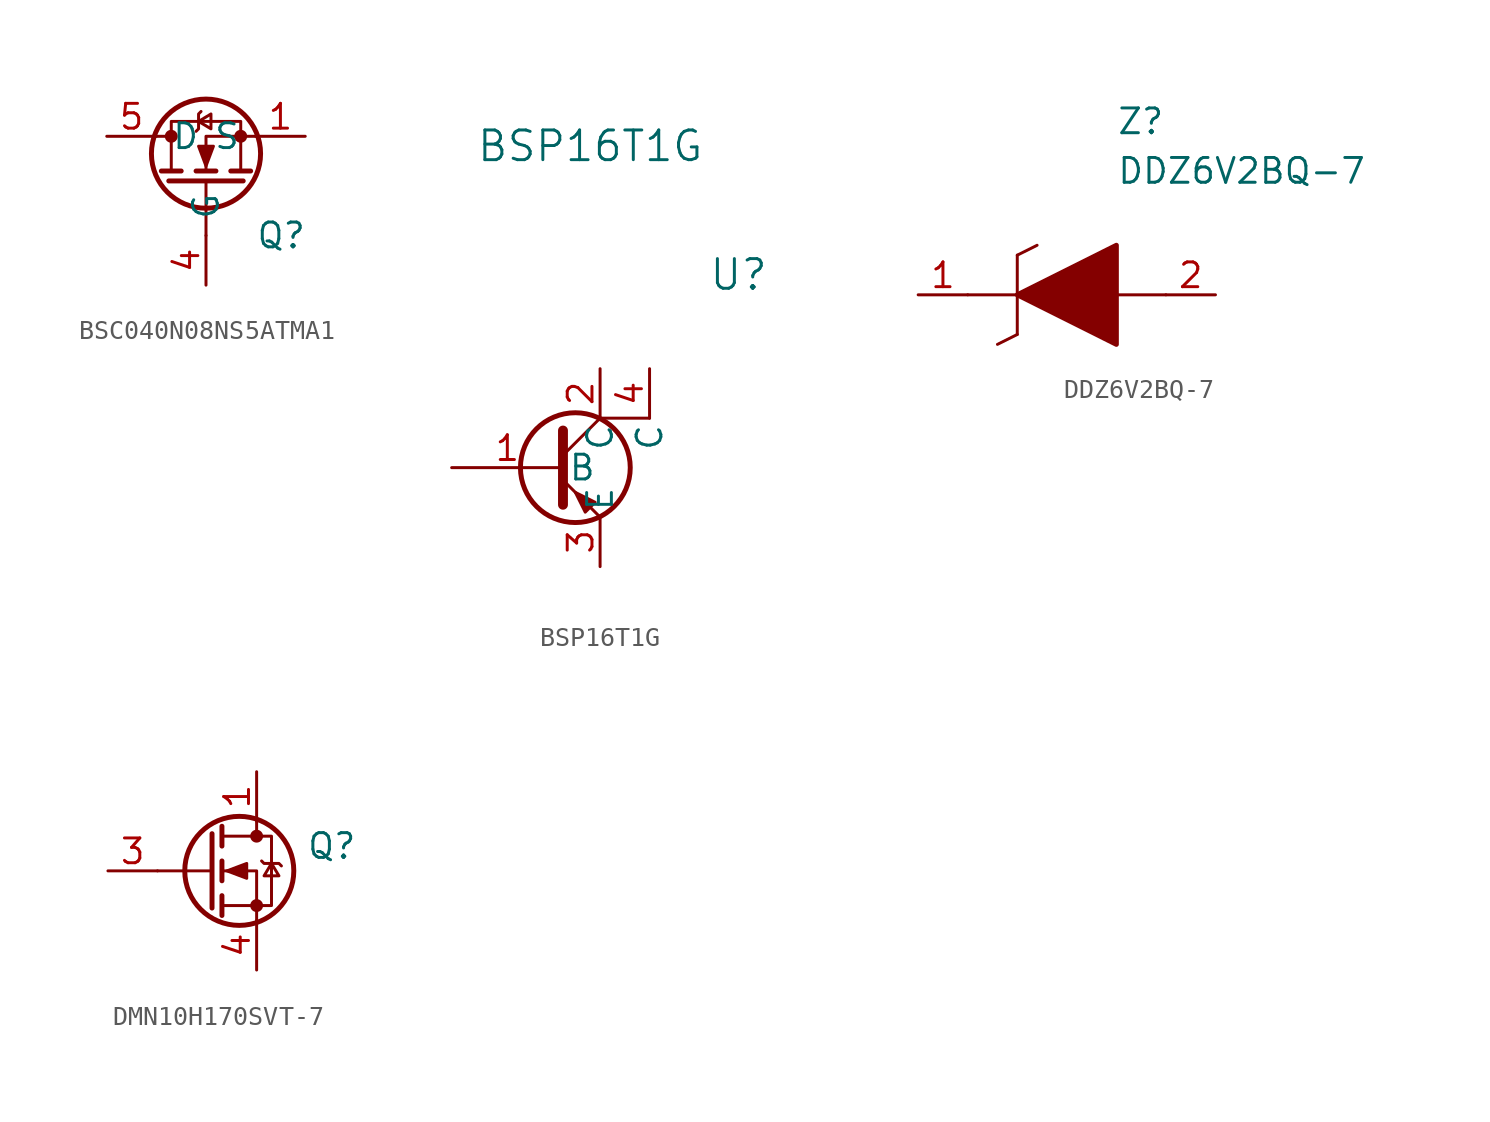
<source format=kicad_sym>
(kicad_symbol_lib
  (version 20220914)
  (generator kicad_symbol_editor)
  (symbol "BSC040N08NS5ATMA1"
    (pin_names
      (offset 0.762))
    (property "Reference" "Q"
      (at 2.54 -5.08 0)
      (effects (font (size 1.27 1.27)) (justify left)))
    (symbol "BSC040N08NS5ATMA1_0_1"
      (circle (center -1.778 0) (radius 0.254) (stroke (width 0) (type default)) (fill (type outline)))
      (circle (center 0 -0.889) (radius 2.794) (stroke (width 0.254) (type default)) (fill (type none)))
      (polyline (pts (xy -2.54 0) (xy -1.778 0)) (stroke (width 0) (type default)) (fill (type none)))
      (polyline (pts (xy -2.286 -1.778) (xy -1.27 -1.778)) (stroke (width 0.254) (type default)) (fill (type none)))
      (polyline (pts (xy -1.905 -2.286) (xy 1.905 -2.286)) (stroke (width 0.254) (type default)) (fill (type none)))
      (polyline (pts (xy -0.508 -1.778) (xy 0.508 -1.778)) (stroke (width 0.254) (type default)) (fill (type none)))
      (polyline (pts (xy 0 -2.286) (xy 0 -5.08)) (stroke (width 0) (type default)) (fill (type none)))
      (polyline (pts (xy 1.27 -1.778) (xy 2.286 -1.778)) (stroke (width 0.254) (type default)) (fill (type none)))
      (polyline (pts (xy 2.54 0) (xy 0 0) (xy 0 -1.778)) (stroke (width 0) (type default)) (fill (type none)))
      (polyline (pts (xy -0.508 0.254) (xy -0.381 0.381) (xy -0.381 1.143) (xy -0.254 1.27)) (stroke (width 0) (type default)) (fill (type none)))
      (polyline (pts (xy -0.381 0.762) (xy 0.254 0.381) (xy 0.254 1.143) (xy -0.381 0.762)) (stroke (width 0) (type default)) (fill (type none)))
      (polyline (pts (xy 0 -1.524) (xy -0.381 -0.508) (xy 0.381 -0.508) (xy 0 -1.524)) (stroke (width 0) (type default)) (fill (type outline)))
      (polyline (pts (xy 1.778 -1.778) (xy 1.778 0.762) (xy -1.778 0.762) (xy -1.778 -1.778)) (stroke (width 0) (type default)) (fill (type none)))
      (circle (center 1.778 0) (radius 0.254) (stroke (width 0) (type default)) (fill (type outline))))
    (symbol "BSC040N08NS5ATMA1_1_1"
      (pin passive line (at 5.08 0 180) (length 2.54) (name "S" (effects (font (size 1.27 1.27)))) (number "1" (effects (font (size 1.27 1.27)))))
      (pin passive line (at 5.08 0 180) (length 2.54) hide (name "S" (effects (font (size 1.27 1.27)))) (number "2" (effects (font (size 1.27 1.27)))))
      (pin passive line (at 5.08 0 180) (length 2.54) hide (name "S" (effects (font (size 1.27 1.27)))) (number "3" (effects (font (size 1.27 1.27)))))
      (pin input line (at 0 -7.62 90) (length 2.54) (name "G" (effects (font (size 1.27 1.27)))) (number "4" (effects (font (size 1.27 1.27)))))
      (pin passive line (at -5.08 0 0) (length 2.54) (name "D" (effects (font (size 1.27 1.27)))) (number "5" (effects (font (size 1.27 1.27)))))
      (pin passive line (at -5.08 0 0) (length 2.54) hide (name "D" (effects (font (size 1.27 1.27)))) (number "6" (effects (font (size 1.27 1.27)))))
      (pin passive line (at -5.08 0 0) (length 2.54) hide (name "D" (effects (font (size 1.27 1.27)))) (number "7" (effects (font (size 1.27 1.27)))))
      (pin passive line (at -5.08 0 0) (length 2.54) hide (name "D" (effects (font (size 1.27 1.27)))) (number "8" (effects (font (size 1.27 1.27)))))
      (pin passive line (at -5.08 0 0) (length 2.54) hide (name "D" (effects (font (size 1.27 1.27)))) (number "9" (effects (font (size 1.27 1.27)))))))
  (symbol "BSP16T1G"
    (pin_names
      (offset 0.254))
    (property "Reference" "U"
      (at 7.112 9.906 0)
      (effects (font (size 1.524 1.524))))
    (property "Value" "BSP16T1G"
      (at -0.508 16.51 0)
      (effects (font (size 1.524 1.524))))
    (property "Datasheet" ""
      (at 0 0 0)
      (effects (font (size 1.524 1.524))))
    (symbol "BSP16T1G_0_1"
      (circle (center -1.27 0) (radius 2.819) (stroke (width 0.254) (type default)) (fill (type none)))
      (polyline (pts (xy -1.905 0.635) (xy 0 2.54)) (stroke (width 0) (type default)) (fill (type none)))
      (polyline (pts (xy 2.54 2.54) (xy 0 2.54)) (stroke (width 0) (type default)) (fill (type none)))
      (polyline (pts (xy -1.905 -0.635) (xy 0 -2.54) (xy 0 -2.54)) (stroke (width 0) (type default)) (fill (type none)))
      (polyline (pts (xy -1.905 1.905) (xy -1.905 -1.905) (xy -1.905 -1.905)) (stroke (width 0.508) (type default)) (fill (type none)))
      (polyline (pts (xy -0.254 -1.778) (xy -0.762 -2.286) (xy -1.27 -1.27) (xy -0.254 -1.778) (xy -0.254 -1.778)) (stroke (width 0) (type default)) (fill (type outline))))
    (symbol "BSP16T1G_1_1"
      (pin input line (at -7.62 0 0) (length 5.715) (name "B" (effects (font (size 1.27 1.27)))) (number "1" (effects (font (size 1.27 1.27)))))
      (pin passive line (at 0 5.08 270) (length 2.54) (name "C" (effects (font (size 1.27 1.27)))) (number "2" (effects (font (size 1.27 1.27)))))
      (pin passive line (at 0 -5.08 90) (length 2.54) (name "E" (effects (font (size 1.27 1.27)))) (number "3" (effects (font (size 1.27 1.27)))))
      (pin passive line (at 2.54 5.08 270) (length 2.54) (name "C" (effects (font (size 1.27 1.27)))) (number "4" (effects (font (size 1.27 1.27)))))))
  (symbol "DDZ6V2BQ-7"
    (pin_names
      (offset 0.762))
    (property "Reference" "Z"
      (at 10.16 8.89 0)
      (effects (font (size 1.27 1.27)) (justify left)))
    (property "Value" "DDZ6V2BQ-7"
      (at 10.16 6.35 0)
      (effects (font (size 1.27 1.27)) (justify left)))
    (symbol "DDZ6V2BQ-7_0_0"
      (pin passive line (at 0 0 0) (length 2.54) (name "~" (effects (font (size 1.27 1.27)))) (number "1" (effects (font (size 1.27 1.27)))))
      (pin passive line (at 15.24 0 180) (length 2.54) (name "~" (effects (font (size 1.27 1.27)))) (number "2" (effects (font (size 1.27 1.27))))))
    (symbol "DDZ6V2BQ-7_0_1"
      (polyline (pts (xy 2.54 0) (xy 5.08 0)) (stroke (width 0.152) (type default)) (fill (type none)))
      (polyline (pts (xy 4.064 -2.54) (xy 5.08 -2.032)) (stroke (width 0.152) (type default)) (fill (type none)))
      (polyline (pts (xy 5.08 2.032) (xy 5.08 -2.032)) (stroke (width 0.152) (type default)) (fill (type none)))
      (polyline (pts (xy 5.08 2.032) (xy 6.096 2.54)) (stroke (width 0.152) (type default)) (fill (type none)))
      (polyline (pts (xy 12.7 0) (xy 10.16 0)) (stroke (width 0.152) (type default)) (fill (type none)))
      (polyline (pts (xy 5.08 0) (xy 10.16 2.54) (xy 10.16 -2.54) (xy 5.08 0)) (stroke (width 0.254) (type default)) (fill (type outline)))))
  (symbol "DMN10H170SVT-7"
    (pin_names
      (offset 0) hide)
    (property "Reference" "Q"
      (at 5.08 1.27 0)
      (effects (font (size 1.27 1.27)) (justify left)))
    (symbol "DMN10H170SVT-7_0_1"
      (polyline (pts (xy 0.254 0) (xy -2.54 0)) (stroke (width 0) (type default)) (fill (type none)))
      (polyline (pts (xy 0.254 1.905) (xy 0.254 -1.905)) (stroke (width 0.254) (type default)) (fill (type none)))
      (polyline (pts (xy 0.762 -1.27) (xy 0.762 -2.286)) (stroke (width 0.254) (type default)) (fill (type none)))
      (polyline (pts (xy 0.762 0.508) (xy 0.762 -0.508)) (stroke (width 0.254) (type default)) (fill (type none)))
      (polyline (pts (xy 0.762 2.286) (xy 0.762 1.27)) (stroke (width 0.254) (type default)) (fill (type none)))
      (polyline (pts (xy 2.54 2.54) (xy 2.54 1.778)) (stroke (width 0) (type default)) (fill (type none)))
      (polyline (pts (xy 2.54 -2.54) (xy 2.54 0) (xy 0.762 0)) (stroke (width 0) (type default)) (fill (type none)))
      (polyline (pts (xy 0.762 -1.778) (xy 3.302 -1.778) (xy 3.302 1.778) (xy 0.762 1.778)) (stroke (width 0) (type default)) (fill (type none)))
      (polyline (pts (xy 1.016 0) (xy 2.032 0.381) (xy 2.032 -0.381) (xy 1.016 0)) (stroke (width 0) (type default)) (fill (type outline)))
      (polyline (pts (xy 2.794 0.508) (xy 2.921 0.381) (xy 3.683 0.381) (xy 3.81 0.254)) (stroke (width 0) (type default)) (fill (type none)))
      (polyline (pts (xy 3.302 0.381) (xy 2.921 -0.254) (xy 3.683 -0.254) (xy 3.302 0.381)) (stroke (width 0) (type default)) (fill (type none)))
      (circle (center 1.651 0) (radius 2.794) (stroke (width 0.254) (type default)) (fill (type none)))
      (circle (center 2.54 -1.778) (radius 0.254) (stroke (width 0) (type default)) (fill (type outline)))
      (circle (center 2.54 1.778) (radius 0.254) (stroke (width 0) (type default)) (fill (type outline))))
    (symbol "DMN10H170SVT-7_1_1"
      (pin passive line (at 2.54 5.08 270) (length 2.54) (name "D" (effects (font (size 1.27 1.27)))) (number "1" (effects (font (size 1.27 1.27)))))
      (pin passive line (at 2.54 5.08 270) (length 2.54) hide (name "D" (effects (font (size 1.27 1.27)))) (number "2" (effects (font (size 1.27 1.27)))))
      (pin passive line (at -5.08 0 0) (length 2.54) (name "G" (effects (font (size 1.27 1.27)))) (number "3" (effects (font (size 1.27 1.27)))))
      (pin passive line (at 2.54 -5.08 90) (length 2.54) (name "S" (effects (font (size 1.27 1.27)))) (number "4" (effects (font (size 1.27 1.27)))))
      (pin passive line (at 2.54 5.08 270) (length 2.54) hide (name "D" (effects (font (size 1.27 1.27)))) (number "5" (effects (font (size 1.27 1.27)))))
      (pin passive line (at 2.54 5.08 270) (length 2.54) hide (name "D" (effects (font (size 1.27 1.27)))) (number "6" (effects (font (size 1.27 1.27))))))))
</source>
